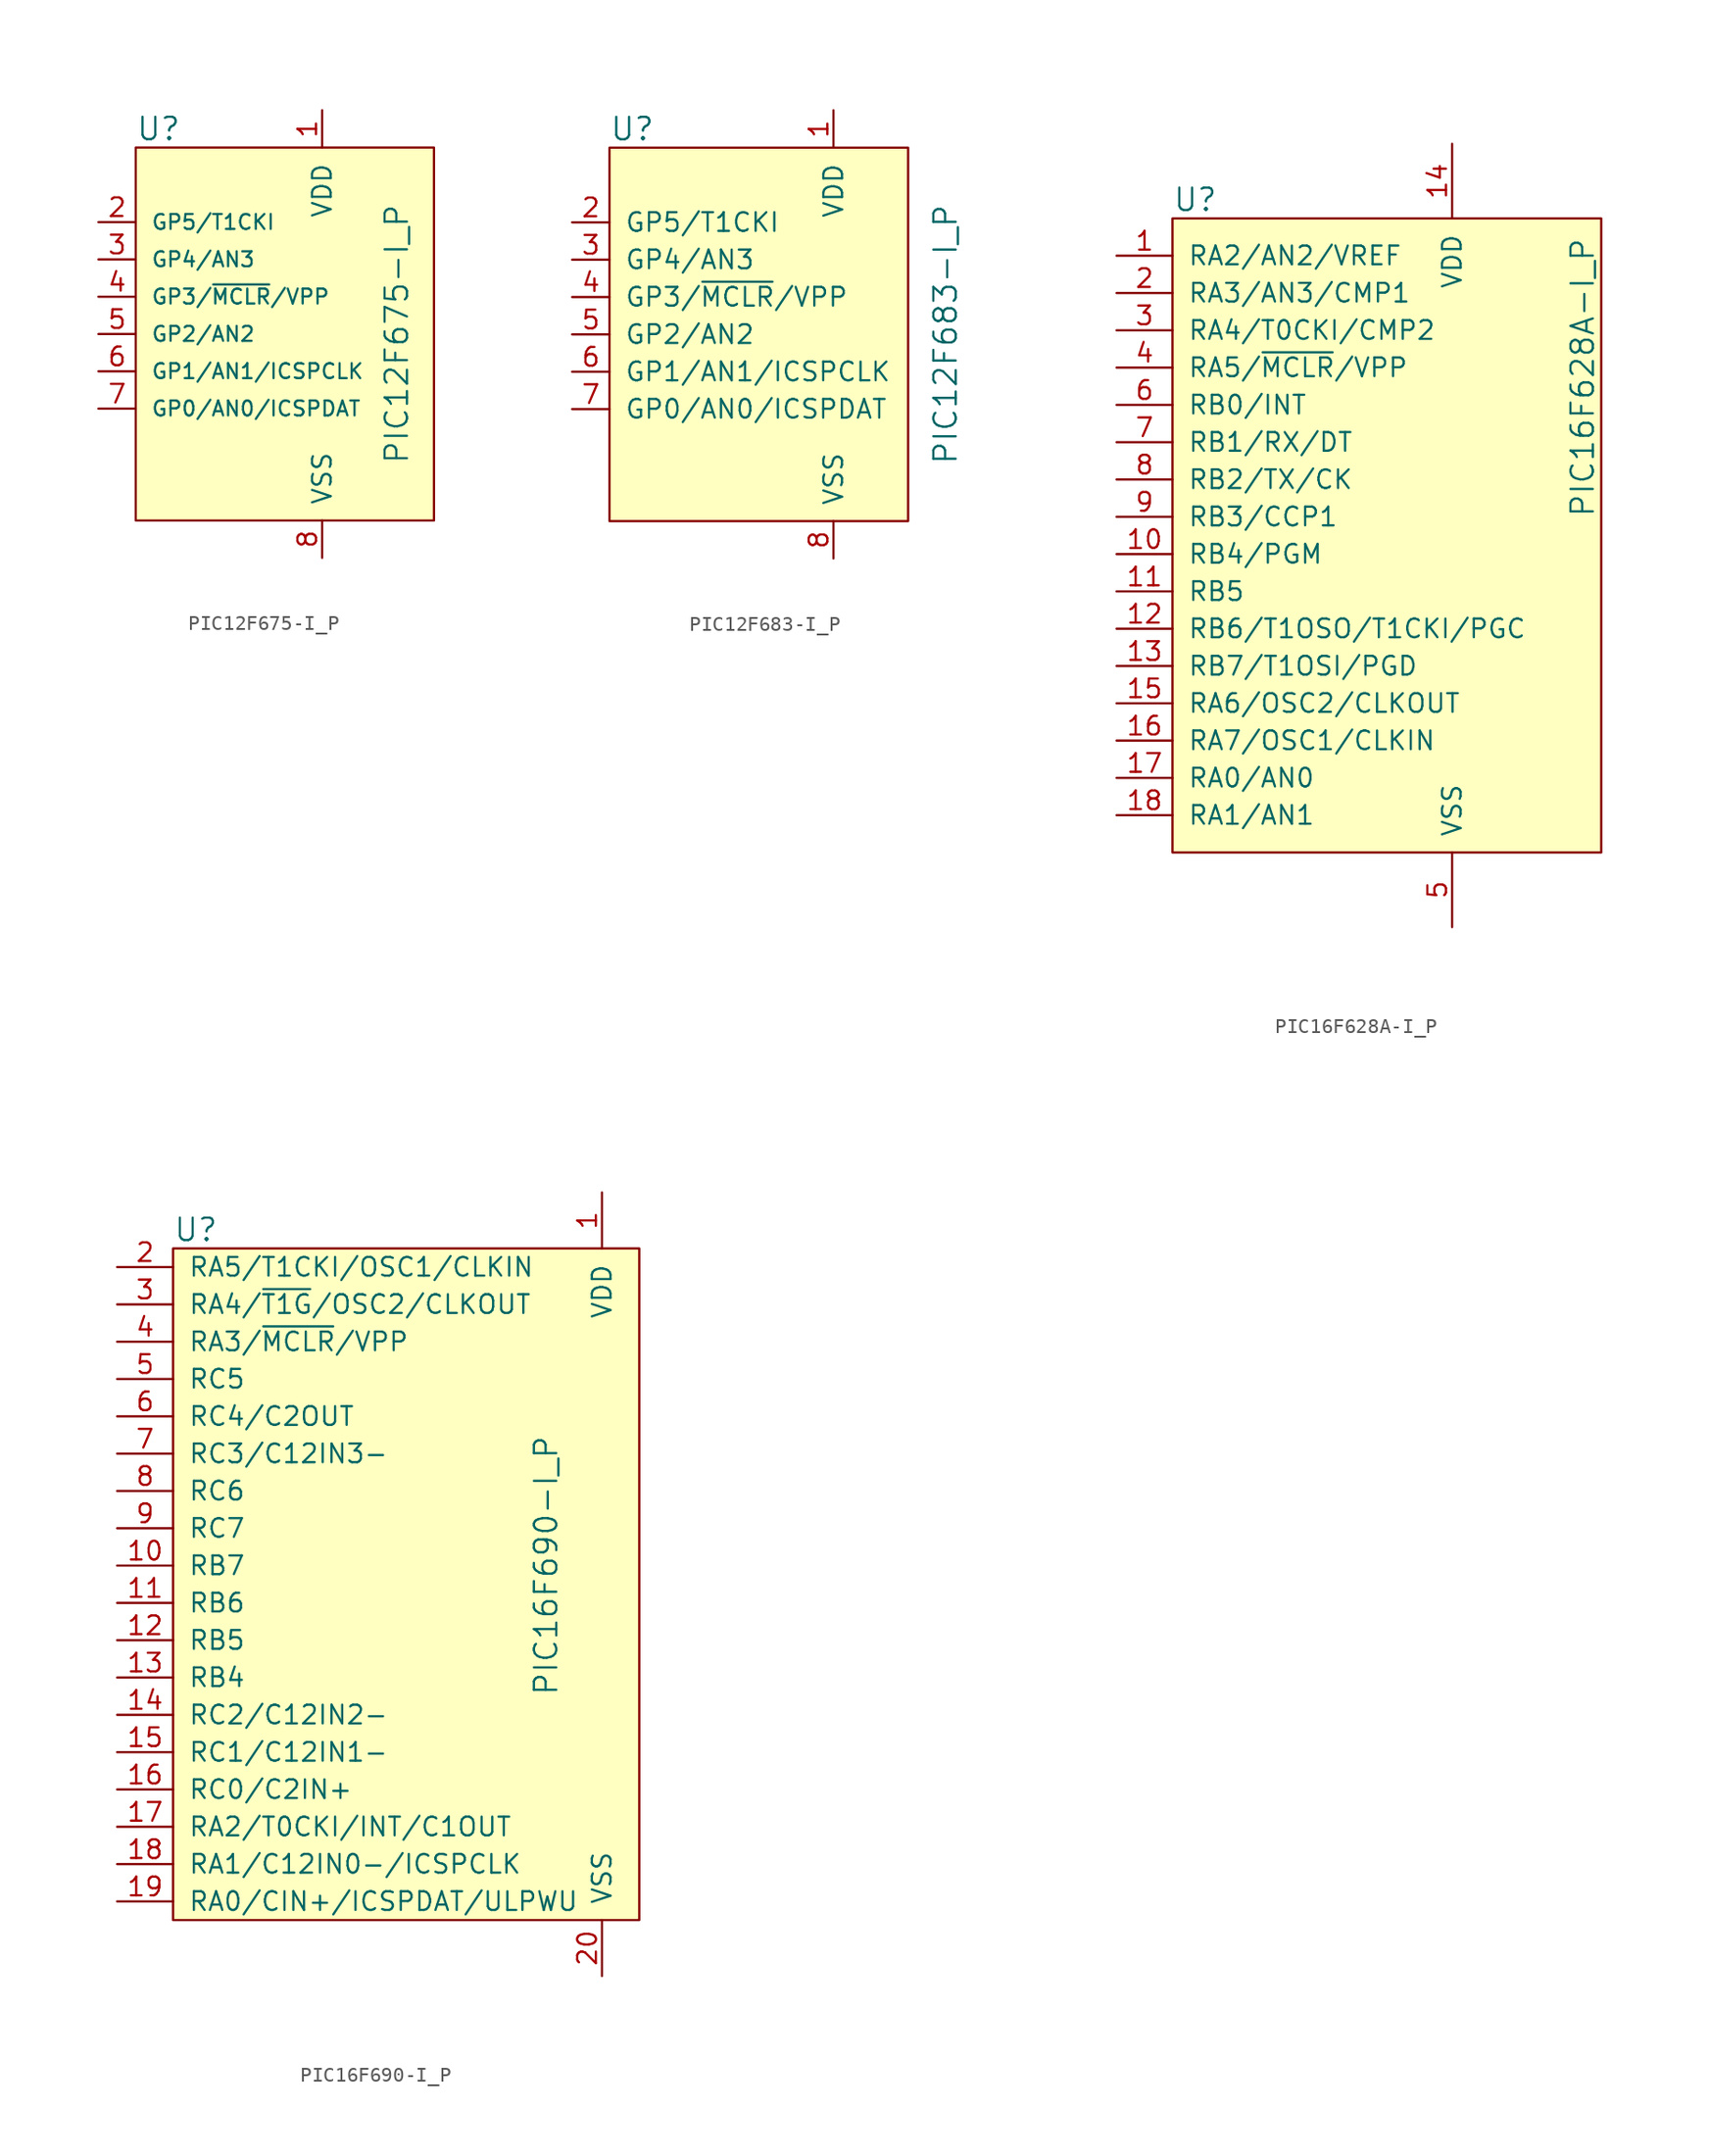
<source format=kicad_sym>
(kicad_symbol_lib
  (version 20220914)
  (generator kicad_symbol_editor)
  (symbol "PIC12F675-I_P"
    (pin_names
      (offset 1.016))
    (property "Reference" "U"
      (at -5.08 11.43 0)
      (effects (font (size 1.524 1.524)) (justify left)))
    (property "Value" "PIC12F675-I_P"
      (at 12.7 -2.54 90)
      (effects (font (size 1.524 1.524))))
    (symbol "PIC12F675-I_P_0_1"
      (rectangle (start -5.08 10.16) (end 15.24 -15.24) (stroke (width 0) (type solid)) (fill (type background))))
    (symbol "PIC12F675-I_P_1_1"
      (pin power_in line (at 7.62 12.7 270) (length 2.54) (name "VDD" (effects (font (size 1.27 1.27)))) (number "1" (effects (font (size 1.27 1.27)))))
      (pin bidirectional line (at -7.62 5.08 0) (length 2.54) (name "GP5/T1CKI" (effects (font (size 1.016 1.016)))) (number "2" (effects (font (size 1.27 1.27)))))
      (pin bidirectional line (at -7.62 2.54 0) (length 2.54) (name "GP4/AN3" (effects (font (size 1.016 1.016)))) (number "3" (effects (font (size 1.27 1.27)))))
      (pin input line (at -7.62 0 0) (length 2.54) (name "GP3/~{MCLR}/VPP" (effects (font (size 1.016 1.016)))) (number "4" (effects (font (size 1.27 1.27)))))
      (pin bidirectional line (at -7.62 -2.54 0) (length 2.54) (name "GP2/AN2" (effects (font (size 1.016 1.016)))) (number "5" (effects (font (size 1.27 1.27)))))
      (pin bidirectional line (at -7.62 -5.08 0) (length 2.54) (name "GP1/AN1/ICSPCLK" (effects (font (size 1.016 1.016)))) (number "6" (effects (font (size 1.27 1.27)))))
      (pin bidirectional line (at -7.62 -7.62 0) (length 2.54) (name "GP0/AN0/ICSPDAT" (effects (font (size 1.016 1.016)))) (number "7" (effects (font (size 1.27 1.27)))))
      (pin power_in line (at 7.62 -17.78 90) (length 2.54) (name "VSS" (effects (font (size 1.27 1.27)))) (number "8" (effects (font (size 1.27 1.27)))))))
  (symbol "PIC12F683-I_P"
    (pin_names
      (offset 1.016))
    (property "Reference" "U"
      (at -11.43 8.89 0)
      (effects (font (size 1.524 1.524)) (justify left)))
    (property "Value" "PIC12F683-I_P"
      (at 11.43 -5.08 90)
      (effects (font (size 1.524 1.524))))
    (symbol "PIC12F683-I_P_0_1"
      (rectangle (start -11.43 7.62) (end 8.89 -17.78) (stroke (width 0) (type solid)) (fill (type background))))
    (symbol "PIC12F683-I_P_1_1"
      (pin power_in line (at 3.81 10.16 270) (length 2.54) (name "VDD" (effects (font (size 1.27 1.27)))) (number "1" (effects (font (size 1.27 1.27)))))
      (pin bidirectional line (at -13.97 2.54 0) (length 2.54) (name "GP5/T1CKI" (effects (font (size 1.27 1.27)))) (number "2" (effects (font (size 1.27 1.27)))))
      (pin bidirectional line (at -13.97 0 0) (length 2.54) (name "GP4/AN3" (effects (font (size 1.27 1.27)))) (number "3" (effects (font (size 1.27 1.27)))))
      (pin bidirectional line (at -13.97 -2.54 0) (length 2.54) (name "GP3/~{MCLR}/VPP" (effects (font (size 1.27 1.27)))) (number "4" (effects (font (size 1.27 1.27)))))
      (pin bidirectional line (at -13.97 -5.08 0) (length 2.54) (name "GP2/AN2" (effects (font (size 1.27 1.27)))) (number "5" (effects (font (size 1.27 1.27)))))
      (pin bidirectional line (at -13.97 -7.62 0) (length 2.54) (name "GP1/AN1/ICSPCLK" (effects (font (size 1.27 1.27)))) (number "6" (effects (font (size 1.27 1.27)))))
      (pin bidirectional line (at -13.97 -10.16 0) (length 2.54) (name "GP0/AN0/ICSPDAT" (effects (font (size 1.27 1.27)))) (number "7" (effects (font (size 1.27 1.27)))))
      (pin power_in line (at 3.81 -20.32 90) (length 2.54) (name "VSS" (effects (font (size 1.27 1.27)))) (number "8" (effects (font (size 1.27 1.27)))))))
  (symbol "PIC16F628A-I_P"
    (pin_names
      (offset 1.016))
    (property "Reference" "U"
      (at -13.97 21.59 0)
      (effects (font (size 1.524 1.524)) (justify left)))
    (property "Value" "PIC16F628A-I_P"
      (at 13.97 19.05 90)
      (effects (font (size 1.524 1.524)) (justify right)))
    (symbol "PIC16F628A-I_P_0_1"
      (rectangle (start -13.97 20.32) (end 15.24 -22.86) (stroke (width 0) (type solid)) (fill (type background))))
    (symbol "PIC16F628A-I_P_1_1"
      (pin bidirectional line (at -17.78 17.78 0) (length 3.81) (name "RA2/AN2/VREF" (effects (font (size 1.27 1.27)))) (number "1" (effects (font (size 1.27 1.27)))))
      (pin bidirectional line (at -17.78 -2.54 0) (length 3.81) (name "RB4/PGM" (effects (font (size 1.27 1.27)))) (number "10" (effects (font (size 1.27 1.27)))))
      (pin bidirectional line (at -17.78 -5.08 0) (length 3.81) (name "RB5" (effects (font (size 1.27 1.27)))) (number "11" (effects (font (size 1.27 1.27)))))
      (pin bidirectional line (at -17.78 -7.62 0) (length 3.81) (name "RB6/T1OSO/T1CKI/PGC" (effects (font (size 1.27 1.27)))) (number "12" (effects (font (size 1.27 1.27)))))
      (pin bidirectional line (at -17.78 -10.16 0) (length 3.81) (name "RB7/T1OSI/PGD" (effects (font (size 1.27 1.27)))) (number "13" (effects (font (size 1.27 1.27)))))
      (pin power_in line (at 5.08 25.4 270) (length 5.08) (name "VDD" (effects (font (size 1.27 1.27)))) (number "14" (effects (font (size 1.27 1.27)))))
      (pin bidirectional line (at -17.78 -12.7 0) (length 3.81) (name "RA6/OSC2/CLKOUT" (effects (font (size 1.27 1.27)))) (number "15" (effects (font (size 1.27 1.27)))))
      (pin bidirectional line (at -17.78 -15.24 0) (length 3.81) (name "RA7/OSC1/CLKIN" (effects (font (size 1.27 1.27)))) (number "16" (effects (font (size 1.27 1.27)))))
      (pin bidirectional line (at -17.78 -17.78 0) (length 3.81) (name "RA0/AN0" (effects (font (size 1.27 1.27)))) (number "17" (effects (font (size 1.27 1.27)))))
      (pin bidirectional line (at -17.78 -20.32 0) (length 3.81) (name "RA1/AN1" (effects (font (size 1.27 1.27)))) (number "18" (effects (font (size 1.27 1.27)))))
      (pin bidirectional line (at -17.78 15.24 0) (length 3.81) (name "RA3/AN3/CMP1" (effects (font (size 1.27 1.27)))) (number "2" (effects (font (size 1.27 1.27)))))
      (pin bidirectional line (at -17.78 12.7 0) (length 3.81) (name "RA4/T0CKI/CMP2" (effects (font (size 1.27 1.27)))) (number "3" (effects (font (size 1.27 1.27)))))
      (pin bidirectional line (at -17.78 10.16 0) (length 3.81) (name "RA5/~{MCLR}/VPP" (effects (font (size 1.27 1.27)))) (number "4" (effects (font (size 1.27 1.27)))))
      (pin power_in line (at 5.08 -27.94 90) (length 5.08) (name "VSS" (effects (font (size 1.27 1.27)))) (number "5" (effects (font (size 1.27 1.27)))))
      (pin bidirectional line (at -17.78 7.62 0) (length 3.81) (name "RB0/INT" (effects (font (size 1.27 1.27)))) (number "6" (effects (font (size 1.27 1.27)))))
      (pin bidirectional line (at -17.78 5.08 0) (length 3.81) (name "RB1/RX/DT" (effects (font (size 1.27 1.27)))) (number "7" (effects (font (size 1.27 1.27)))))
      (pin bidirectional line (at -17.78 2.54 0) (length 3.81) (name "RB2/TX/CK" (effects (font (size 1.27 1.27)))) (number "8" (effects (font (size 1.27 1.27)))))
      (pin bidirectional line (at -17.78 0 0) (length 3.81) (name "RB3/CCP1" (effects (font (size 1.27 1.27)))) (number "9" (effects (font (size 1.27 1.27)))))))
  (symbol "PIC16F690-I_P"
    (pin_names
      (offset 1.016))
    (property "Reference" "U"
      (at -16.51 22.86 0)
      (effects (font (size 1.524 1.524)) (justify left)))
    (property "Value" "PIC16F690-I_P"
      (at 8.89 0 90)
      (effects (font (size 1.524 1.524))))
    (symbol "PIC16F690-I_P_0_1"
      (rectangle (start -16.51 21.59) (end 15.24 -24.13) (stroke (width 0) (type solid)) (fill (type background))))
    (symbol "PIC16F690-I_P_1_1"
      (pin power_in line (at 12.7 25.4 270) (length 3.81) (name "VDD" (effects (font (size 1.27 1.27)))) (number "1" (effects (font (size 1.27 1.27)))))
      (pin bidirectional line (at -20.32 0 0) (length 3.81) (name "RB7" (effects (font (size 1.27 1.27)))) (number "10" (effects (font (size 1.27 1.27)))))
      (pin bidirectional line (at -20.32 -2.54 0) (length 3.81) (name "RB6" (effects (font (size 1.27 1.27)))) (number "11" (effects (font (size 1.27 1.27)))))
      (pin bidirectional line (at -20.32 -5.08 0) (length 3.81) (name "RB5" (effects (font (size 1.27 1.27)))) (number "12" (effects (font (size 1.27 1.27)))))
      (pin bidirectional line (at -20.32 -7.62 0) (length 3.81) (name "RB4" (effects (font (size 1.27 1.27)))) (number "13" (effects (font (size 1.27 1.27)))))
      (pin bidirectional line (at -20.32 -10.16 0) (length 3.81) (name "RC2/C12IN2-" (effects (font (size 1.27 1.27)))) (number "14" (effects (font (size 1.27 1.27)))))
      (pin bidirectional line (at -20.32 -12.7 0) (length 3.81) (name "RC1/C12IN1-" (effects (font (size 1.27 1.27)))) (number "15" (effects (font (size 1.27 1.27)))))
      (pin bidirectional line (at -20.32 -15.24 0) (length 3.81) (name "RC0/C2IN+" (effects (font (size 1.27 1.27)))) (number "16" (effects (font (size 1.27 1.27)))))
      (pin bidirectional line (at -20.32 -17.78 0) (length 3.81) (name "RA2/T0CKI/INT/C1OUT" (effects (font (size 1.27 1.27)))) (number "17" (effects (font (size 1.27 1.27)))))
      (pin bidirectional line (at -20.32 -20.32 0) (length 3.81) (name "RA1/C12IN0-/ICSPCLK" (effects (font (size 1.27 1.27)))) (number "18" (effects (font (size 1.27 1.27)))))
      (pin bidirectional line (at -20.32 -22.86 0) (length 3.81) (name "RA0/CIN+/ICSPDAT/ULPWU" (effects (font (size 1.27 1.27)))) (number "19" (effects (font (size 1.27 1.27)))))
      (pin bidirectional line (at -20.32 20.32 0) (length 3.81) (name "RA5/T1CKI/OSC1/CLKIN" (effects (font (size 1.27 1.27)))) (number "2" (effects (font (size 1.27 1.27)))))
      (pin power_in line (at 12.7 -27.94 90) (length 3.81) (name "VSS" (effects (font (size 1.27 1.27)))) (number "20" (effects (font (size 1.27 1.27)))))
      (pin bidirectional line (at -20.32 17.78 0) (length 3.81) (name "RA4/~{T1G}/OSC2/CLKOUT" (effects (font (size 1.27 1.27)))) (number "3" (effects (font (size 1.27 1.27)))))
      (pin input line (at -20.32 15.24 0) (length 3.81) (name "RA3/~{MCLR}/VPP" (effects (font (size 1.27 1.27)))) (number "4" (effects (font (size 1.27 1.27)))))
      (pin bidirectional line (at -20.32 12.7 0) (length 3.81) (name "RC5" (effects (font (size 1.27 1.27)))) (number "5" (effects (font (size 1.27 1.27)))))
      (pin bidirectional line (at -20.32 10.16 0) (length 3.81) (name "RC4/C2OUT" (effects (font (size 1.27 1.27)))) (number "6" (effects (font (size 1.27 1.27)))))
      (pin bidirectional line (at -20.32 7.62 0) (length 3.81) (name "RC3/C12IN3-" (effects (font (size 1.27 1.27)))) (number "7" (effects (font (size 1.27 1.27)))))
      (pin bidirectional line (at -20.32 5.08 0) (length 3.81) (name "RC6" (effects (font (size 1.27 1.27)))) (number "8" (effects (font (size 1.27 1.27)))))
      (pin bidirectional line (at -20.32 2.54 0) (length 3.81) (name "RC7" (effects (font (size 1.27 1.27)))) (number "9" (effects (font (size 1.27 1.27))))))))
</source>
